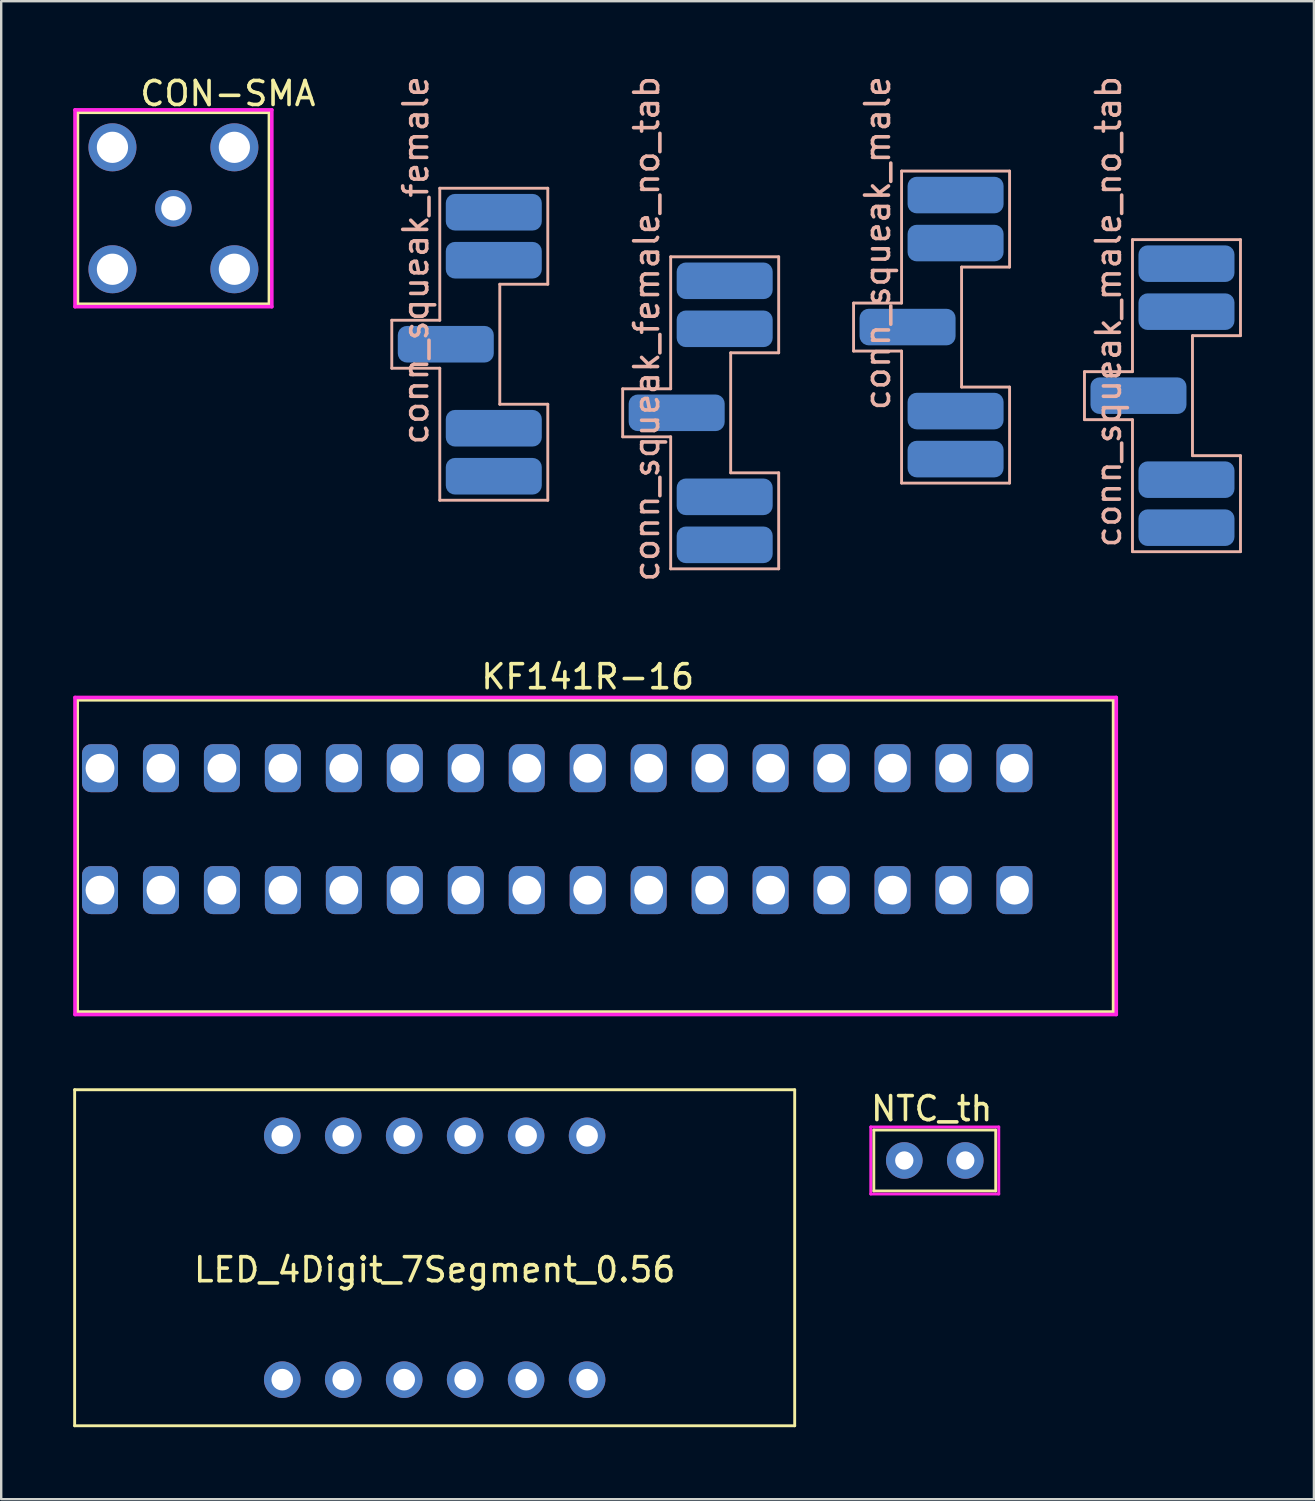
<source format=kicad_pcb>
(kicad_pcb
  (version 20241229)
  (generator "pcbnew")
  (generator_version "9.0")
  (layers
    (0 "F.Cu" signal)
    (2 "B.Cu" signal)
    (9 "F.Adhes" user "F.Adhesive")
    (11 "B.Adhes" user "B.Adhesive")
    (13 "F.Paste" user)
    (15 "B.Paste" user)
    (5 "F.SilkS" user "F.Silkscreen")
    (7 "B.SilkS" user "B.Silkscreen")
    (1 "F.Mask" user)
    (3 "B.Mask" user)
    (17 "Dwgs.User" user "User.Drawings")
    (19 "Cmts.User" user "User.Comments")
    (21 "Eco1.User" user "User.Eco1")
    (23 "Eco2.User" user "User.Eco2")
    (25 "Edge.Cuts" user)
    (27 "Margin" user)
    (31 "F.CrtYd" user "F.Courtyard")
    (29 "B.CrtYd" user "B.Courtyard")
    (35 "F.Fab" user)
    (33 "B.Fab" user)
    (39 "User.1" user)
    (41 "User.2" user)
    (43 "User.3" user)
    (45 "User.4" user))
  (footprint "conn_squeak_male"
    (layer "F.Cu")
    (at 37.763 10.577)
    (property "Reference" "conn_squeak_male" (at -4.25 -3.5 90) (layer "B.SilkS") (effects (font (size 1 1) (thickness 0.15))))
    (attr through_hole)
    (fp_line (start -5.25 -1) (end -3.25 -1) (stroke (width 0.12) (type solid)) (layer "B.SilkS"))
    (fp_line (start -5.25 1) (end -5.25 -1) (stroke (width 0.12) (type solid)) (layer "B.SilkS"))
    (fp_line (start -3.25 -6.5) (end 1.25 -6.5) (stroke (width 0.12) (type solid)) (layer "B.SilkS"))
    (fp_line (start -3.25 -1) (end -3.25 -6.5) (stroke (width 0.12) (type solid)) (layer "B.SilkS"))
    (fp_line (start -3.25 1) (end -5.25 1) (stroke (width 0.12) (type solid)) (layer "B.SilkS"))
    (fp_line (start -3.25 6.5) (end -3.25 1) (stroke (width 0.12) (type solid)) (layer "B.SilkS"))
    (fp_line (start -0.75 -2.5) (end -0.75 2.5) (stroke (width 0.12) (type solid)) (layer "B.SilkS"))
    (fp_line (start -0.75 2.5) (end 1.25 2.5) (stroke (width 0.12) (type solid)) (layer "B.SilkS"))
    (fp_line (start 1.25 -6.5) (end 1.25 -2.5) (stroke (width 0.12) (type solid)) (layer "B.SilkS"))
    (fp_line (start 1.25 -2.5) (end -0.75 -2.5) (stroke (width 0.12) (type solid)) (layer "B.SilkS"))
    (fp_line (start 1.25 2.5) (end 1.25 6.5) (stroke (width 0.12) (type solid)) (layer "B.SilkS"))
    (fp_line (start 1.25 6.5) (end -3.25 6.5) (stroke (width 0.12) (type solid)) (layer "B.SilkS"))
    (pad "1" connect roundrect (at -1 5.5) (size 4 1.524) (layers "B.Cu" "B.Mask") (roundrect_rratio 0.25))
    (pad "2" connect roundrect (at -1 3.5) (size 4 1.524) (layers "B.Cu" "B.Mask") (roundrect_rratio 0.25))
    (pad "3" connect roundrect (at -3 0) (size 4 1.524) (layers "B.Cu" "B.Mask") (roundrect_rratio 0.25))
    (pad "4" connect roundrect (at -1 -3.5) (size 4 1.524) (layers "B.Cu" "B.Mask") (roundrect_rratio 0.25))
    (pad "5" connect roundrect (at -1 -5.5) (size 4 1.524) (layers "B.Cu" "B.Mask") (roundrect_rratio 0.25)))
  (footprint "CON-SMA"
    (layer "F.Cu")
    (at 4.175 5.628)
    (property "Reference" "CON-SMA" (at 2.27 -4.78 0) (layer "F.SilkS") (effects (font (size 1 1) (thickness 0.15))))
    (attr through_hole)
    (fp_line (start -4 -4) (end 4 -4) (stroke (width 0.15) (type solid)) (layer "F.SilkS"))
    (fp_line (start -4 4) (end -4 -4) (stroke (width 0.15) (type solid)) (layer "F.SilkS"))
    (fp_line (start 4 -4) (end 4 4) (stroke (width 0.15) (type solid)) (layer "F.SilkS"))
    (fp_line (start 4 4) (end -4 4) (stroke (width 0.15) (type solid)) (layer "F.SilkS"))
    (fp_line (start -4.1 -4.1) (end 4.1 -4.1) (stroke (width 0.15) (type solid)) (layer "F.CrtYd"))
    (fp_line (start -4.1 4.1) (end -4.1 -4.1) (stroke (width 0.15) (type solid)) (layer "F.CrtYd"))
    (fp_line (start 4.1 -4.1) (end 4.1 4.1) (stroke (width 0.15) (type solid)) (layer "F.CrtYd"))
    (fp_line (start 4.1 4.1) (end -4.1 4.1) (stroke (width 0.15) (type solid)) (layer "F.CrtYd"))
    (pad "1" thru_hole circle (at 0 0) (size 1.524 1.524) (drill 1.016) (layers "*.Cu" "*.Mask"))
    (pad "2" thru_hole circle (at -2.54 -2.54) (size 2 2) (drill 1.3) (layers "*.Cu" "*.Mask"))
    (pad "2" thru_hole circle (at -2.54 2.54) (size 2 2) (drill 1.3) (layers "*.Cu" "*.Mask"))
    (pad "2" thru_hole circle (at 2.54 -2.54) (size 2 2) (drill 1.3) (layers "*.Cu" "*.Mask"))
    (pad "2" thru_hole circle (at 2.54 2.54) (size 2 2) (drill 1.3) (layers "*.Cu" "*.Mask")))
  (footprint "conn_squeak_female_no_tab"
    (layer "F.Cu")
    (at 28.143 14.149)
    (property "Reference" "conn_squeak_female_no_tab" (at -4.25 -3.5 90) (layer "B.SilkS") (effects (font (size 1 1) (thickness 0.15))))
    (attr through_hole)
    (fp_line (start -5.25 -1) (end -3.25 -1) (stroke (width 0.12) (type solid)) (layer "B.SilkS"))
    (fp_line (start -5.25 1) (end -5.25 -1) (stroke (width 0.12) (type solid)) (layer "B.SilkS"))
    (fp_line (start -3.25 -6.5) (end 1.25 -6.5) (stroke (width 0.12) (type solid)) (layer "B.SilkS"))
    (fp_line (start -3.25 -1) (end -3.25 -6.5) (stroke (width 0.12) (type solid)) (layer "B.SilkS"))
    (fp_line (start -3.25 1) (end -5.25 1) (stroke (width 0.12) (type solid)) (layer "B.SilkS"))
    (fp_line (start -3.25 6.5) (end -3.25 1) (stroke (width 0.12) (type solid)) (layer "B.SilkS"))
    (fp_line (start -0.75 -2.5) (end -0.75 2.5) (stroke (width 0.12) (type solid)) (layer "B.SilkS"))
    (fp_line (start -0.75 2.5) (end 1.25 2.5) (stroke (width 0.12) (type solid)) (layer "B.SilkS"))
    (fp_line (start 1.25 -6.5) (end 1.25 -2.5) (stroke (width 0.12) (type solid)) (layer "B.SilkS"))
    (fp_line (start 1.25 -2.5) (end -0.75 -2.5) (stroke (width 0.12) (type solid)) (layer "B.SilkS"))
    (fp_line (start 1.25 2.5) (end 1.25 6.5) (stroke (width 0.12) (type solid)) (layer "B.SilkS"))
    (fp_line (start 1.25 6.5) (end -3.25 6.5) (stroke (width 0.12) (type solid)) (layer "B.SilkS"))
    (pad "1" connect roundrect (at -1 5.5) (size 4 1.524) (layers "B.Cu" "B.Mask") (roundrect_rratio 0.25))
    (pad "2" connect roundrect (at -1 3.5) (size 4 1.524) (layers "B.Cu" "B.Mask") (roundrect_rratio 0.25))
    (pad "3" connect roundrect (at -3 0) (size 4 1.524) (layers "B.Cu" "B.Mask") (roundrect_rratio 0.25))
    (pad "4" connect roundrect (at -1 -3.5) (size 4 1.524) (layers "B.Cu" "B.Mask") (roundrect_rratio 0.25))
    (pad "5" connect roundrect (at -1 -5.5) (size 4 1.524) (layers "B.Cu" "B.Mask") (roundrect_rratio 0.25)))
  (footprint "KF141R-16"
    (layer "F.Cu")
    (at 21.436 31.496)
    (property "Reference" "KF141R-16" (at 0 -6.35 0) (layer "F.SilkS") (effects (font (size 1 1) (thickness 0.15))))
    (attr through_hole)
    (fp_line (start -21.27 -5.39) (end 21.91 -5.39) (stroke (width 0.15) (type solid)) (layer "F.SilkS"))
    (fp_line (start -21.27 7.62) (end -21.27 -5.39) (stroke (width 0.15) (type solid)) (layer "F.SilkS"))
    (fp_line (start 21.91 -5.39) (end 21.91 7.62) (stroke (width 0.15) (type solid)) (layer "F.SilkS"))
    (fp_line (start 21.91 7.62) (end -21.27 7.62) (stroke (width 0.15) (type solid)) (layer "F.SilkS"))
    (fp_line (start -21.361 -5.486) (end 22.022 -5.486) (stroke (width 0.15) (type solid)) (layer "F.CrtYd"))
    (fp_line (start -21.361 7.722) (end -21.361 -5.486) (stroke (width 0.15) (type solid)) (layer "F.CrtYd"))
    (fp_line (start 22.022 -5.486) (end 22.022 7.722) (stroke (width 0.15) (type solid)) (layer "F.CrtYd"))
    (fp_line (start 22.022 7.722) (end -21.361 7.722) (stroke (width 0.15) (type solid)) (layer "F.CrtYd"))
    (pad "1" thru_hole roundrect (at -20.32 -2.54) (size 1.5 2) (drill 1.2) (layers "*.Cu" "*.Mask") (roundrect_rratio 0.25))
    (pad "1" thru_hole roundrect (at -20.32 2.54) (size 1.5 2) (drill 1.2) (layers "*.Cu" "*.Mask") (roundrect_rratio 0.25))
    (pad "2" thru_hole roundrect (at -17.78 -2.54) (size 1.5 2) (drill 1.2) (layers "*.Cu" "*.Mask") (roundrect_rratio 0.25))
    (pad "2" thru_hole roundrect (at -17.78 2.54) (size 1.5 2) (drill 1.2) (layers "*.Cu" "*.Mask") (roundrect_rratio 0.25))
    (pad "3" thru_hole roundrect (at -15.24 -2.54) (size 1.5 2) (drill 1.2) (layers "*.Cu" "*.Mask") (roundrect_rratio 0.25))
    (pad "3" thru_hole roundrect (at -15.24 2.54) (size 1.5 2) (drill 1.2) (layers "*.Cu" "*.Mask") (roundrect_rratio 0.25))
    (pad "4" thru_hole roundrect (at -12.7 -2.54) (size 1.5 2) (drill 1.2) (layers "*.Cu" "*.Mask") (roundrect_rratio 0.25))
    (pad "4" thru_hole roundrect (at -12.7 2.54) (size 1.5 2) (drill 1.2) (layers "*.Cu" "*.Mask") (roundrect_rratio 0.25))
    (pad "5" thru_hole roundrect (at -10.16 -2.54) (size 1.5 2) (drill 1.2) (layers "*.Cu" "*.Mask") (roundrect_rratio 0.25))
    (pad "5" thru_hole roundrect (at -10.16 2.54) (size 1.5 2) (drill 1.2) (layers "*.Cu" "*.Mask") (roundrect_rratio 0.25))
    (pad "6" thru_hole roundrect (at -7.62 -2.54) (size 1.5 2) (drill 1.2) (layers "*.Cu" "*.Mask") (roundrect_rratio 0.25))
    (pad "6" thru_hole roundrect (at -7.62 2.54) (size 1.5 2) (drill 1.2) (layers "*.Cu" "*.Mask") (roundrect_rratio 0.25))
    (pad "7" thru_hole roundrect (at -5.08 -2.54) (size 1.5 2) (drill 1.2) (layers "*.Cu" "*.Mask") (roundrect_rratio 0.25))
    (pad "7" thru_hole roundrect (at -5.08 2.54) (size 1.5 2) (drill 1.2) (layers "*.Cu" "*.Mask") (roundrect_rratio 0.25))
    (pad "8" thru_hole roundrect (at -2.54 -2.54) (size 1.5 2) (drill 1.2) (layers "*.Cu" "*.Mask") (roundrect_rratio 0.25))
    (pad "8" thru_hole roundrect (at -2.54 2.54) (size 1.5 2) (drill 1.2) (layers "*.Cu" "*.Mask") (roundrect_rratio 0.25))
    (pad "9" thru_hole roundrect (at 0 -2.54) (size 1.5 2) (drill 1.2) (layers "*.Cu" "*.Mask") (roundrect_rratio 0.25))
    (pad "9" thru_hole roundrect (at 0 2.54) (size 1.5 2) (drill 1.2) (layers "*.Cu" "*.Mask") (roundrect_rratio 0.25))
    (pad "10" thru_hole roundrect (at 2.54 -2.54) (size 1.5 2) (drill 1.2) (layers "*.Cu" "*.Mask") (roundrect_rratio 0.25))
    (pad "10" thru_hole roundrect (at 2.54 2.54) (size 1.5 2) (drill 1.2) (layers "*.Cu" "*.Mask") (roundrect_rratio 0.25))
    (pad "11" thru_hole roundrect (at 5.08 -2.54) (size 1.5 2) (drill 1.2) (layers "*.Cu" "*.Mask") (roundrect_rratio 0.25))
    (pad "11" thru_hole roundrect (at 5.08 2.54) (size 1.5 2) (drill 1.2) (layers "*.Cu" "*.Mask") (roundrect_rratio 0.25))
    (pad "12" thru_hole roundrect (at 7.62 -2.54) (size 1.5 2) (drill 1.2) (layers "*.Cu" "*.Mask") (roundrect_rratio 0.25))
    (pad "12" thru_hole roundrect (at 7.62 2.54) (size 1.5 2) (drill 1.2) (layers "*.Cu" "*.Mask") (roundrect_rratio 0.25))
    (pad "13" thru_hole roundrect (at 10.16 -2.54) (size 1.5 2) (drill 1.2) (layers "*.Cu" "*.Mask") (roundrect_rratio 0.25))
    (pad "13" thru_hole roundrect (at 10.16 2.54) (size 1.5 2) (drill 1.2) (layers "*.Cu" "*.Mask") (roundrect_rratio 0.25))
    (pad "14" thru_hole roundrect (at 12.7 -2.54) (size 1.5 2) (drill 1.2) (layers "*.Cu" "*.Mask") (roundrect_rratio 0.25))
    (pad "14" thru_hole roundrect (at 12.7 2.54) (size 1.5 2) (drill 1.2) (layers "*.Cu" "*.Mask") (roundrect_rratio 0.25))
    (pad "15" thru_hole roundrect (at 15.24 -2.54) (size 1.5 2) (drill 1.2) (layers "*.Cu" "*.Mask") (roundrect_rratio 0.25))
    (pad "15" thru_hole roundrect (at 15.24 2.54) (size 1.5 2) (drill 1.2) (layers "*.Cu" "*.Mask") (roundrect_rratio 0.25))
    (pad "16" thru_hole roundrect (at 17.78 -2.54) (size 1.5 2) (drill 1.2) (layers "*.Cu" "*.Mask") (roundrect_rratio 0.25))
    (pad "16" thru_hole roundrect (at 17.78 2.54) (size 1.5 2) (drill 1.2) (layers "*.Cu" "*.Mask") (roundrect_rratio 0.25)))
  (footprint "NTC_th"
    (layer "F.Cu")
    (at 35.896 45.3)
    (property "Reference" "NTC_th" (at -0.127 -2.159 0) (layer "F.SilkS") (effects (font (size 1 1) (thickness 0.15))))
    (attr through_hole)
    (fp_line (start -2.54 -1.27) (end 2.54 -1.27) (stroke (width 0.12) (type solid)) (layer "F.SilkS"))
    (fp_line (start -2.54 1.27) (end -2.54 -1.27) (stroke (width 0.12) (type solid)) (layer "F.SilkS"))
    (fp_line (start 2.54 -1.27) (end 2.54 1.27) (stroke (width 0.12) (type solid)) (layer "F.SilkS"))
    (fp_line (start 2.54 1.27) (end -2.54 1.27) (stroke (width 0.12) (type solid)) (layer "F.SilkS"))
    (fp_line (start -2.667 -1.397) (end 2.667 -1.397) (stroke (width 0.12) (type solid)) (layer "F.CrtYd"))
    (fp_line (start -2.667 1.397) (end -2.667 -1.397) (stroke (width 0.12) (type solid)) (layer "F.CrtYd"))
    (fp_line (start 2.667 -1.397) (end 2.667 1.397) (stroke (width 0.12) (type solid)) (layer "F.CrtYd"))
    (fp_line (start 2.667 1.397) (end -2.667 1.397) (stroke (width 0.12) (type solid)) (layer "F.CrtYd"))
    (pad "1" thru_hole circle (at -1.27 0) (size 1.524 1.524) (drill 0.762) (layers "*.Cu" "*.Mask"))
    (pad "2" thru_hole circle (at 1.27 0) (size 1.524 1.524) (drill 0.762) (layers "*.Cu" "*.Mask")))
  (footprint "LED_4Digit_7Segment_0.56"
    (layer "F.Cu")
    (at 15.06 49.352)
    (property "Reference" "LED_4Digit_7Segment_0.56" (at 0 0.5 0) (layer "F.SilkS") (effects (font (size 1 1) (thickness 0.15))))
    (attr through_hole)
    (fp_line (start -15 -7) (end 15 -7) (stroke (width 0.12) (type solid)) (layer "F.SilkS"))
    (fp_line (start -15 7) (end -15 -7) (stroke (width 0.12) (type solid)) (layer "F.SilkS"))
    (fp_line (start 15 -7) (end 15 7) (stroke (width 0.12) (type solid)) (layer "F.SilkS"))
    (fp_line (start 15 7) (end -15 7) (stroke (width 0.12) (type solid)) (layer "F.SilkS"))
    (pad "1" thru_hole circle (at -6.35 5.08) (size 1.524 1.524) (drill 0.9) (layers "*.Cu" "*.Mask"))
    (pad "2" thru_hole circle (at -3.81 5.08) (size 1.524 1.524) (drill 0.9) (layers "*.Cu" "*.Mask"))
    (pad "3" thru_hole circle (at -1.27 5.08) (size 1.524 1.524) (drill 0.9) (layers "*.Cu" "*.Mask"))
    (pad "4" thru_hole circle (at 1.27 5.08) (size 1.524 1.524) (drill 0.9) (layers "*.Cu" "*.Mask"))
    (pad "5" thru_hole circle (at 3.81 5.08) (size 1.524 1.524) (drill 0.9) (layers "*.Cu" "*.Mask"))
    (pad "6" thru_hole circle (at 6.35 5.08) (size 1.524 1.524) (drill 0.9) (layers "*.Cu" "*.Mask"))
    (pad "7" thru_hole circle (at 6.35 -5.08) (size 1.524 1.524) (drill 0.9) (layers "*.Cu" "*.Mask"))
    (pad "8" thru_hole circle (at 3.81 -5.08) (size 1.524 1.524) (drill 0.9) (layers "*.Cu" "*.Mask"))
    (pad "9" thru_hole circle (at 1.27 -5.08) (size 1.524 1.524) (drill 0.9) (layers "*.Cu" "*.Mask"))
    (pad "10" thru_hole circle (at -1.27 -5.08) (size 1.524 1.524) (drill 0.9) (layers "*.Cu" "*.Mask"))
    (pad "11" thru_hole circle (at -3.81 -5.08) (size 1.524 1.524) (drill 0.9) (layers "*.Cu" "*.Mask"))
    (pad "12" thru_hole circle (at -6.35 -5.08) (size 1.524 1.524) (drill 0.9) (layers "*.Cu" "*.Mask")))
  (footprint "conn_squeak_male_no_tab"
    (layer "F.Cu")
    (at 47.383 13.435)
    (property "Reference" "conn_squeak_male_no_tab" (at -4.25 -3.5 90) (layer "B.SilkS") (effects (font (size 1 1) (thickness 0.15))))
    (attr through_hole)
    (fp_line (start -5.25 -1) (end -3.25 -1) (stroke (width 0.12) (type solid)) (layer "B.SilkS"))
    (fp_line (start -5.25 1) (end -5.25 -1) (stroke (width 0.12) (type solid)) (layer "B.SilkS"))
    (fp_line (start -3.25 -6.5) (end 1.25 -6.5) (stroke (width 0.12) (type solid)) (layer "B.SilkS"))
    (fp_line (start -3.25 -1) (end -3.25 -6.5) (stroke (width 0.12) (type solid)) (layer "B.SilkS"))
    (fp_line (start -3.25 1) (end -5.25 1) (stroke (width 0.12) (type solid)) (layer "B.SilkS"))
    (fp_line (start -3.25 6.5) (end -3.25 1) (stroke (width 0.12) (type solid)) (layer "B.SilkS"))
    (fp_line (start -0.75 -2.5) (end -0.75 2.5) (stroke (width 0.12) (type solid)) (layer "B.SilkS"))
    (fp_line (start -0.75 2.5) (end 1.25 2.5) (stroke (width 0.12) (type solid)) (layer "B.SilkS"))
    (fp_line (start 1.25 -6.5) (end 1.25 -2.5) (stroke (width 0.12) (type solid)) (layer "B.SilkS"))
    (fp_line (start 1.25 -2.5) (end -0.75 -2.5) (stroke (width 0.12) (type solid)) (layer "B.SilkS"))
    (fp_line (start 1.25 2.5) (end 1.25 6.5) (stroke (width 0.12) (type solid)) (layer "B.SilkS"))
    (fp_line (start 1.25 6.5) (end -3.25 6.5) (stroke (width 0.12) (type solid)) (layer "B.SilkS"))
    (pad "1" connect roundrect (at -1 5.5) (size 4 1.524) (layers "B.Cu" "B.Mask") (roundrect_rratio 0.25))
    (pad "2" connect roundrect (at -1 3.5) (size 4 1.524) (layers "B.Cu" "B.Mask") (roundrect_rratio 0.25))
    (pad "3" connect roundrect (at -3 0) (size 4 1.524) (layers "B.Cu" "B.Mask") (roundrect_rratio 0.25))
    (pad "4" connect roundrect (at -1 -3.5) (size 4 1.524) (layers "B.Cu" "B.Mask") (roundrect_rratio 0.25))
    (pad "5" connect roundrect (at -1 -5.5) (size 4 1.524) (layers "B.Cu" "B.Mask") (roundrect_rratio 0.25)))
  (footprint "conn_squeak_female"
    (layer "F.Cu")
    (at 18.523 11.292)
    (property "Reference" "conn_squeak_female" (at -4.25 -3.5 90) (layer "B.SilkS") (effects (font (size 1 1) (thickness 0.15))))
    (attr through_hole)
    (fp_line (start -5.25 -1) (end -3.25 -1) (stroke (width 0.12) (type solid)) (layer "B.SilkS"))
    (fp_line (start -5.25 1) (end -5.25 -1) (stroke (width 0.12) (type solid)) (layer "B.SilkS"))
    (fp_line (start -3.25 -6.5) (end 1.25 -6.5) (stroke (width 0.12) (type solid)) (layer "B.SilkS"))
    (fp_line (start -3.25 -1) (end -3.25 -6.5) (stroke (width 0.12) (type solid)) (layer "B.SilkS"))
    (fp_line (start -3.25 1) (end -5.25 1) (stroke (width 0.12) (type solid)) (layer "B.SilkS"))
    (fp_line (start -3.25 6.5) (end -3.25 1) (stroke (width 0.12) (type solid)) (layer "B.SilkS"))
    (fp_line (start -0.75 -2.5) (end -0.75 2.5) (stroke (width 0.12) (type solid)) (layer "B.SilkS"))
    (fp_line (start -0.75 2.5) (end 1.25 2.5) (stroke (width 0.12) (type solid)) (layer "B.SilkS"))
    (fp_line (start 1.25 -6.5) (end 1.25 -2.5) (stroke (width 0.12) (type solid)) (layer "B.SilkS"))
    (fp_line (start 1.25 -2.5) (end -0.75 -2.5) (stroke (width 0.12) (type solid)) (layer "B.SilkS"))
    (fp_line (start 1.25 2.5) (end 1.25 6.5) (stroke (width 0.12) (type solid)) (layer "B.SilkS"))
    (fp_line (start 1.25 6.5) (end -3.25 6.5) (stroke (width 0.12) (type solid)) (layer "B.SilkS"))
    (pad "1" connect roundrect (at -1 5.5) (size 4 1.524) (layers "B.Cu" "B.Mask") (roundrect_rratio 0.25))
    (pad "2" connect roundrect (at -1 3.5) (size 4 1.524) (layers "B.Cu" "B.Mask") (roundrect_rratio 0.25))
    (pad "3" connect roundrect (at -3 0) (size 4 1.524) (layers "B.Cu" "B.Mask") (roundrect_rratio 0.25))
    (pad "4" connect roundrect (at -1 -3.5) (size 4 1.524) (layers "B.Cu" "B.Mask") (roundrect_rratio 0.25))
    (pad "5" connect roundrect (at -1 -5.5) (size 4 1.524) (layers "B.Cu" "B.Mask") (roundrect_rratio 0.25)))
  (gr_rect
    (start -3 -3)
    (end 51.693 59.412)
    (stroke (width 0.1) (type default))
    (fill no)
    (layer "Edge.Cuts")))
</source>
